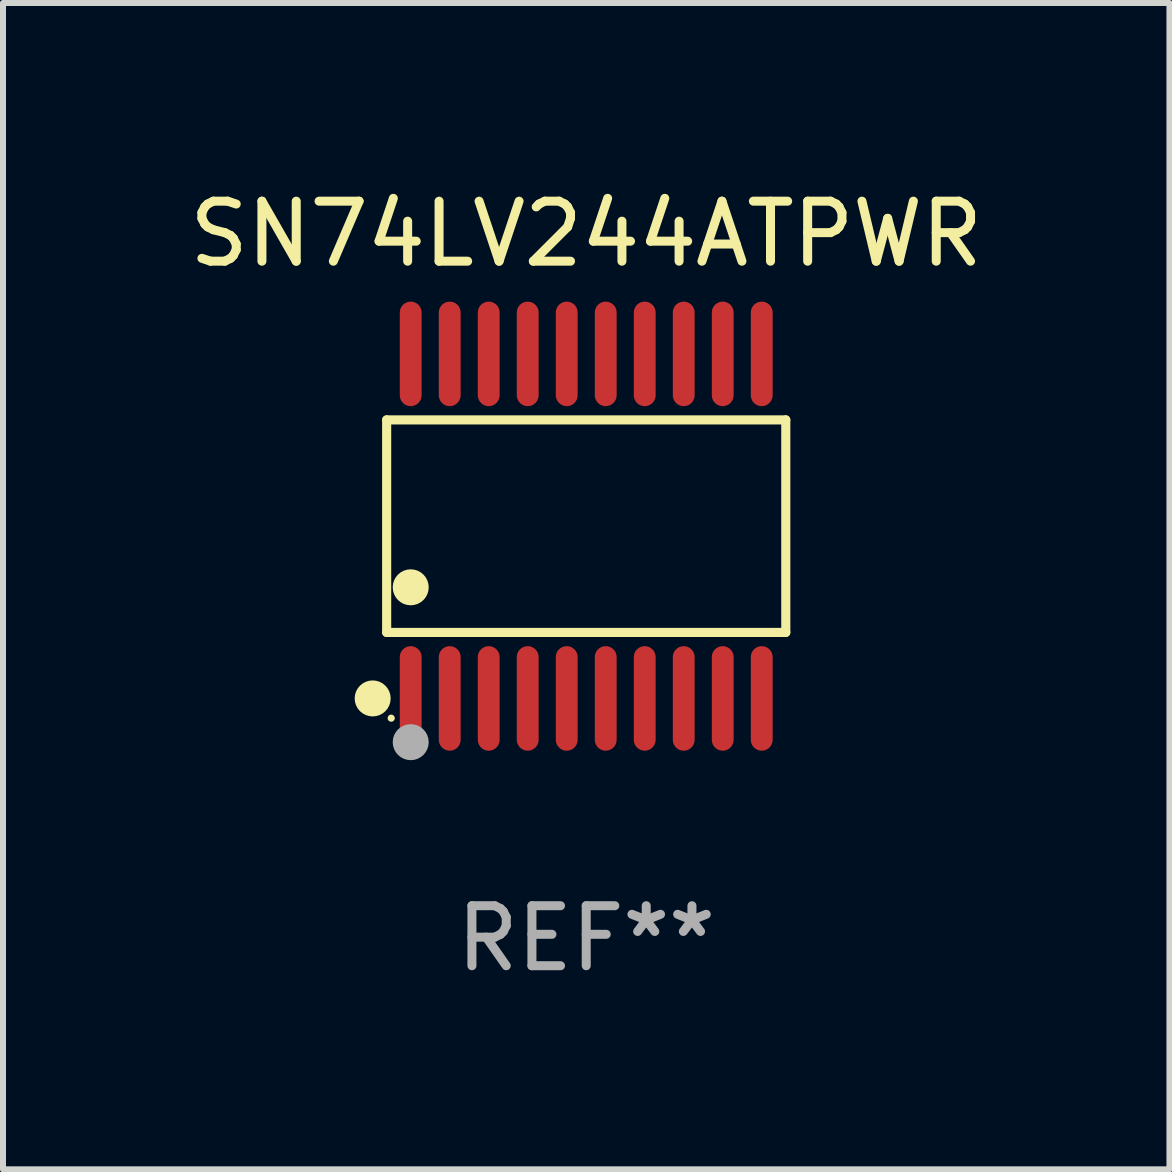
<source format=kicad_pcb>
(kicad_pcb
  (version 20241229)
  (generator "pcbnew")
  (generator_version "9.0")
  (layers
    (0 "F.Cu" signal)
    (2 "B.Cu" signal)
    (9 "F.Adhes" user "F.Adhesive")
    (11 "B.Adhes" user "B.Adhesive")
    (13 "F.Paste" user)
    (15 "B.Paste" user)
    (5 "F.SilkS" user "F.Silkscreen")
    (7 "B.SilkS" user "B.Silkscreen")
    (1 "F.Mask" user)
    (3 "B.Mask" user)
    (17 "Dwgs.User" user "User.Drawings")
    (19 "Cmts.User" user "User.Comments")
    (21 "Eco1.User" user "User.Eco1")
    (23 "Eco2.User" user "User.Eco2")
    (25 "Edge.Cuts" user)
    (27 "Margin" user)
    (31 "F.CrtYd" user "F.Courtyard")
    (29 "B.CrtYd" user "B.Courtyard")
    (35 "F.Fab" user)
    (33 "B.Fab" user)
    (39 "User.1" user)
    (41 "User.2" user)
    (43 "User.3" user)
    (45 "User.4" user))
  (footprint "SN74LV244ATPWR"
    (layer "F.Cu")
    (at 6.72 5.719)
    (property "Reference" "SN74LV244ATPWR" (at 0 -4.871 0) (layer "F.SilkS") (effects (font (size 1 1) (thickness 0.15))))
    (attr through_hole)
    (fp_line (start -3.326 -1.771) (end 3.326 -1.771) (stroke (width 0.152) (type solid)) (layer "F.SilkS"))
    (fp_line (start -3.326 1.771) (end -3.326 -1.771) (stroke (width 0.152) (type solid)) (layer "F.SilkS"))
    (fp_line (start 3.326 -1.771) (end 3.326 1.771) (stroke (width 0.152) (type solid)) (layer "F.SilkS"))
    (fp_line (start 3.326 1.771) (end -3.326 1.771) (stroke (width 0.152) (type solid)) (layer "F.SilkS"))
    (fp_circle (center -3.559 2.871) (end -3.409 2.871) (stroke (width 0.3) (type solid)) (fill no) (layer "F.SilkS"))
    (fp_circle (center -3.25 3.2) (end -3.22 3.2) (stroke (width 0.06) (type solid)) (fill no) (layer "F.SilkS"))
    (fp_circle (center -2.925 1.019) (end -2.775 1.019) (stroke (width 0.3) (type solid)) (fill no) (layer "F.SilkS"))
    (fp_circle (center -2.925 3.6) (end -2.775 3.6) (stroke (width 0.3) (type solid)) (fill no) (layer "F.Fab"))
    (fp_text user "REF**" (at 0 6.871 0) (layer "F.Fab") (effects (font (size 1 1) (thickness 0.15))))
    (pad "1" smd oval (at -2.925 2.871) (size 0.364 1.742) (layers "F.Cu" "F.Mask" "F.Paste"))
    (pad "2" smd oval (at -2.275 2.871) (size 0.364 1.742) (layers "F.Cu" "F.Mask" "F.Paste"))
    (pad "3" smd oval (at -1.625 2.871) (size 0.364 1.742) (layers "F.Cu" "F.Mask" "F.Paste"))
    (pad "4" smd oval (at -0.975 2.871) (size 0.364 1.742) (layers "F.Cu" "F.Mask" "F.Paste"))
    (pad "5" smd oval (at -0.325 2.871) (size 0.364 1.742) (layers "F.Cu" "F.Mask" "F.Paste"))
    (pad "6" smd oval (at 0.325 2.871) (size 0.364 1.742) (layers "F.Cu" "F.Mask" "F.Paste"))
    (pad "7" smd oval (at 0.975 2.871) (size 0.364 1.742) (layers "F.Cu" "F.Mask" "F.Paste"))
    (pad "8" smd oval (at 1.625 2.871) (size 0.364 1.742) (layers "F.Cu" "F.Mask" "F.Paste"))
    (pad "9" smd oval (at 2.275 2.871) (size 0.364 1.742) (layers "F.Cu" "F.Mask" "F.Paste"))
    (pad "10" smd oval (at 2.925 2.871) (size 0.364 1.742) (layers "F.Cu" "F.Mask" "F.Paste"))
    (pad "11" smd oval (at 2.925 -2.871) (size 0.364 1.742) (layers "F.Cu" "F.Mask" "F.Paste"))
    (pad "12" smd oval (at 2.275 -2.871) (size 0.364 1.742) (layers "F.Cu" "F.Mask" "F.Paste"))
    (pad "13" smd oval (at 1.625 -2.871) (size 0.364 1.742) (layers "F.Cu" "F.Mask" "F.Paste"))
    (pad "14" smd oval (at 0.975 -2.871) (size 0.364 1.742) (layers "F.Cu" "F.Mask" "F.Paste"))
    (pad "15" smd oval (at 0.325 -2.871) (size 0.364 1.742) (layers "F.Cu" "F.Mask" "F.Paste"))
    (pad "16" smd oval (at -0.325 -2.871) (size 0.364 1.742) (layers "F.Cu" "F.Mask" "F.Paste"))
    (pad "17" smd oval (at -0.975 -2.871) (size 0.364 1.742) (layers "F.Cu" "F.Mask" "F.Paste"))
    (pad "18" smd oval (at -1.625 -2.871) (size 0.364 1.742) (layers "F.Cu" "F.Mask" "F.Paste"))
    (pad "19" smd oval (at -2.275 -2.871) (size 0.364 1.742) (layers "F.Cu" "F.Mask" "F.Paste"))
    (pad "20" smd oval (at -2.925 -2.871) (size 0.364 1.742) (layers "F.Cu" "F.Mask" "F.Paste")))
  (gr_rect
    (start -3 -3)
    (end 16.44 16.438)
    (stroke (width 0.1) (type default))
    (fill no)
    (layer "Edge.Cuts")))
</source>
